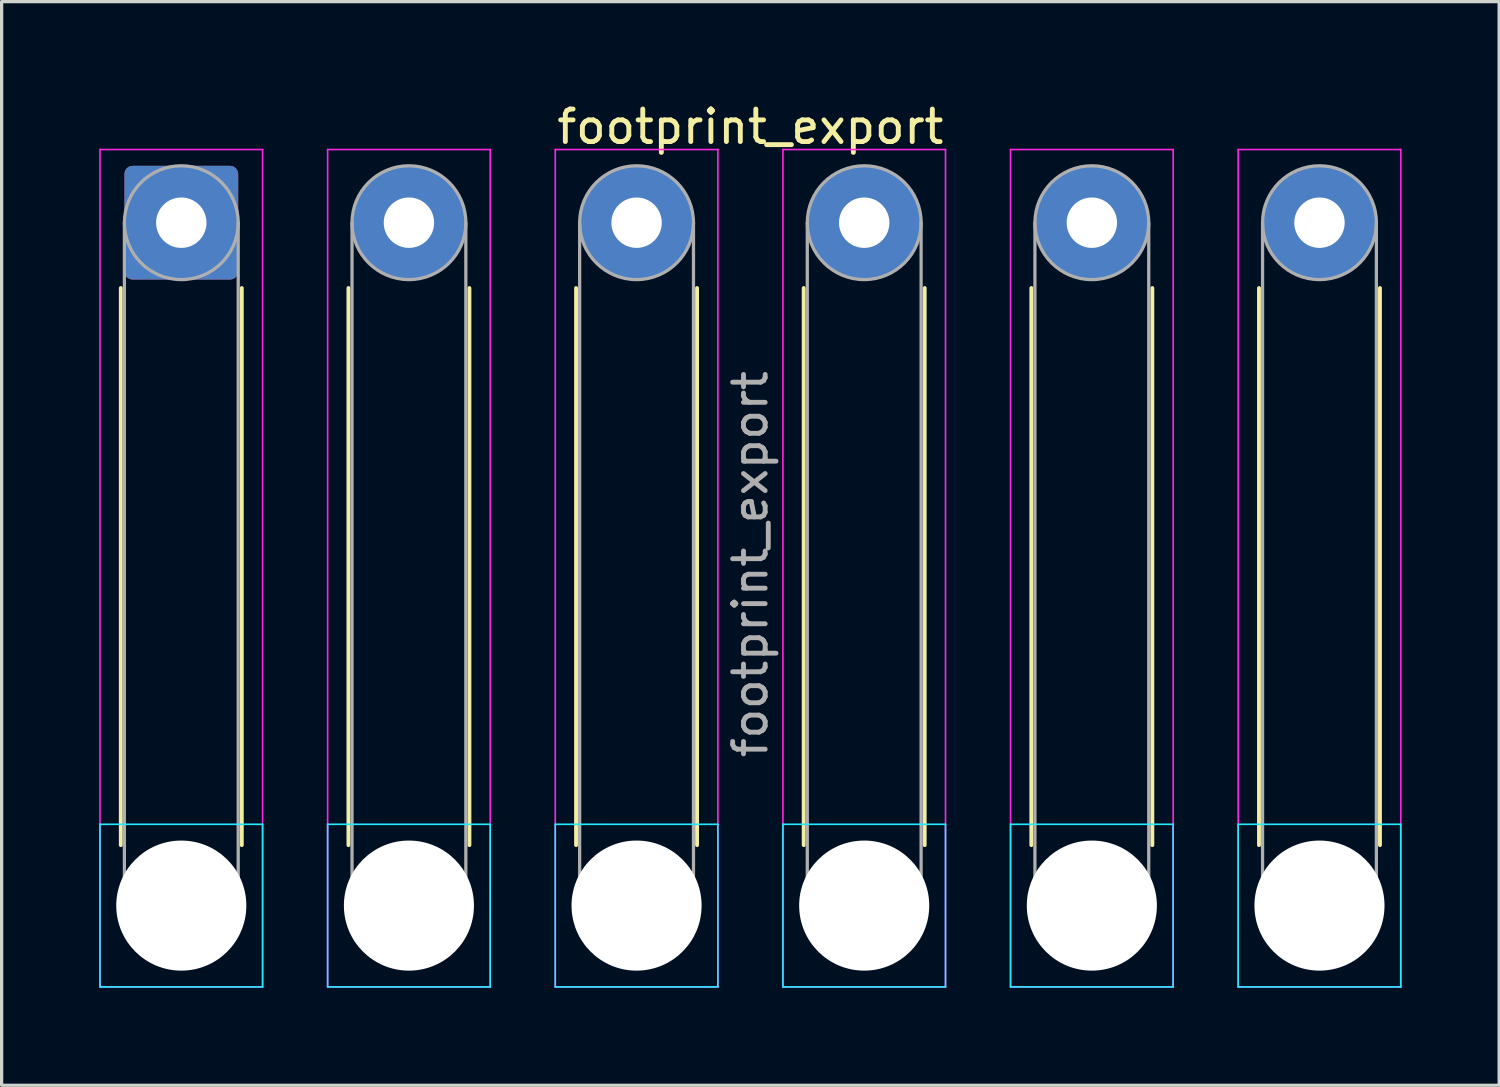
<source format=kicad_pcb>
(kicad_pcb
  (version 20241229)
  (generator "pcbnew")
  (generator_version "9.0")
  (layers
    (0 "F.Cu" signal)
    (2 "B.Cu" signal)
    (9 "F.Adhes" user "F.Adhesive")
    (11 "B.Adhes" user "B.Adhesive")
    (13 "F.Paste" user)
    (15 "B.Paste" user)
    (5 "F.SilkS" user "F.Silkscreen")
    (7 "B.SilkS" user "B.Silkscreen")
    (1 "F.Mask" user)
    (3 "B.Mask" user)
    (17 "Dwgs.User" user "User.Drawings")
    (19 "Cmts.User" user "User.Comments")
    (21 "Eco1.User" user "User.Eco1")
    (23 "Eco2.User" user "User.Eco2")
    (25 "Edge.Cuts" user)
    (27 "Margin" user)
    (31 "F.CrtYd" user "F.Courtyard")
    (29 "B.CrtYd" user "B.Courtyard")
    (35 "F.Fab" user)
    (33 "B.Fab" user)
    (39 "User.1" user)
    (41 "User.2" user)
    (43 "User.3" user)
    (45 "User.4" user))
  (footprint "footprint_export"
    (layer "F.Cu")
    (at 2.525 3.798)
    (property "Reference" "footprint_export" (at 17.5 -2.95 0) (layer "F.SilkS") (effects (font (size 1 1) (thickness 0.15))))
    (attr exclude_from_pos_files exclude_from_bom)
    (fp_line (start -1.86 2.01) (end -1.86 19.14) (stroke (width 0.12) (type solid)) (layer "F.SilkS"))
    (fp_line (start 1.86 2.01) (end 1.86 19.14) (stroke (width 0.12) (type solid)) (layer "F.SilkS"))
    (fp_line (start 5.14 2.01) (end 5.14 19.14) (stroke (width 0.12) (type solid)) (layer "F.SilkS"))
    (fp_line (start 8.86 2.01) (end 8.86 19.14) (stroke (width 0.12) (type solid)) (layer "F.SilkS"))
    (fp_line (start 12.14 2.01) (end 12.14 19.14) (stroke (width 0.12) (type solid)) (layer "F.SilkS"))
    (fp_line (start 15.86 2.01) (end 15.86 19.14) (stroke (width 0.12) (type solid)) (layer "F.SilkS"))
    (fp_line (start 19.14 2.01) (end 19.14 19.14) (stroke (width 0.12) (type solid)) (layer "F.SilkS"))
    (fp_line (start 22.86 2.01) (end 22.86 19.14) (stroke (width 0.12) (type solid)) (layer "F.SilkS"))
    (fp_line (start 26.14 2.01) (end 26.14 19.14) (stroke (width 0.12) (type solid)) (layer "F.SilkS"))
    (fp_line (start 29.86 2.01) (end 29.86 19.14) (stroke (width 0.12) (type solid)) (layer "F.SilkS"))
    (fp_line (start 33.14 2.01) (end 33.14 19.14) (stroke (width 0.12) (type solid)) (layer "F.SilkS"))
    (fp_line (start 36.86 2.01) (end 36.86 19.14) (stroke (width 0.12) (type solid)) (layer "F.SilkS"))
    (fp_line (start -2.5 18.5) (end -2.5 23.5) (stroke (width 0.05) (type solid)) (layer "B.CrtYd"))
    (fp_line (start -2.5 23.5) (end 2.5 23.5) (stroke (width 0.05) (type solid)) (layer "B.CrtYd"))
    (fp_line (start 2.5 18.5) (end -2.5 18.5) (stroke (width 0.05) (type solid)) (layer "B.CrtYd"))
    (fp_line (start 2.5 23.5) (end 2.5 18.5) (stroke (width 0.05) (type solid)) (layer "B.CrtYd"))
    (fp_line (start 4.5 18.5) (end 4.5 23.5) (stroke (width 0.05) (type solid)) (layer "B.CrtYd"))
    (fp_line (start 4.5 23.5) (end 9.5 23.5) (stroke (width 0.05) (type solid)) (layer "B.CrtYd"))
    (fp_line (start 9.5 18.5) (end 4.5 18.5) (stroke (width 0.05) (type solid)) (layer "B.CrtYd"))
    (fp_line (start 9.5 23.5) (end 9.5 18.5) (stroke (width 0.05) (type solid)) (layer "B.CrtYd"))
    (fp_line (start 11.5 18.5) (end 11.5 23.5) (stroke (width 0.05) (type solid)) (layer "B.CrtYd"))
    (fp_line (start 11.5 23.5) (end 16.5 23.5) (stroke (width 0.05) (type solid)) (layer "B.CrtYd"))
    (fp_line (start 16.5 18.5) (end 11.5 18.5) (stroke (width 0.05) (type solid)) (layer "B.CrtYd"))
    (fp_line (start 16.5 23.5) (end 16.5 18.5) (stroke (width 0.05) (type solid)) (layer "B.CrtYd"))
    (fp_line (start 18.5 18.5) (end 18.5 23.5) (stroke (width 0.05) (type solid)) (layer "B.CrtYd"))
    (fp_line (start 18.5 23.5) (end 23.5 23.5) (stroke (width 0.05) (type solid)) (layer "B.CrtYd"))
    (fp_line (start 23.5 18.5) (end 18.5 18.5) (stroke (width 0.05) (type solid)) (layer "B.CrtYd"))
    (fp_line (start 23.5 23.5) (end 23.5 18.5) (stroke (width 0.05) (type solid)) (layer "B.CrtYd"))
    (fp_line (start 25.5 18.5) (end 25.5 23.5) (stroke (width 0.05) (type solid)) (layer "B.CrtYd"))
    (fp_line (start 25.5 23.5) (end 30.5 23.5) (stroke (width 0.05) (type solid)) (layer "B.CrtYd"))
    (fp_line (start 30.5 18.5) (end 25.5 18.5) (stroke (width 0.05) (type solid)) (layer "B.CrtYd"))
    (fp_line (start 30.5 23.5) (end 30.5 18.5) (stroke (width 0.05) (type solid)) (layer "B.CrtYd"))
    (fp_line (start 32.5 18.5) (end 32.5 23.5) (stroke (width 0.05) (type solid)) (layer "B.CrtYd"))
    (fp_line (start 32.5 23.5) (end 37.5 23.5) (stroke (width 0.05) (type solid)) (layer "B.CrtYd"))
    (fp_line (start 37.5 18.5) (end 32.5 18.5) (stroke (width 0.05) (type solid)) (layer "B.CrtYd"))
    (fp_line (start 37.5 23.5) (end 37.5 18.5) (stroke (width 0.05) (type solid)) (layer "B.CrtYd"))
    (fp_line (start -2.5 -2.25) (end -2.5 23.5) (stroke (width 0.05) (type solid)) (layer "F.CrtYd"))
    (fp_line (start -2.5 23.5) (end 2.5 23.5) (stroke (width 0.05) (type solid)) (layer "F.CrtYd"))
    (fp_line (start 2.5 -2.25) (end -2.5 -2.25) (stroke (width 0.05) (type solid)) (layer "F.CrtYd"))
    (fp_line (start 2.5 23.5) (end 2.5 -2.25) (stroke (width 0.05) (type solid)) (layer "F.CrtYd"))
    (fp_line (start 4.5 -2.25) (end 4.5 23.5) (stroke (width 0.05) (type solid)) (layer "F.CrtYd"))
    (fp_line (start 4.5 23.5) (end 9.5 23.5) (stroke (width 0.05) (type solid)) (layer "F.CrtYd"))
    (fp_line (start 9.5 -2.25) (end 4.5 -2.25) (stroke (width 0.05) (type solid)) (layer "F.CrtYd"))
    (fp_line (start 9.5 23.5) (end 9.5 -2.25) (stroke (width 0.05) (type solid)) (layer "F.CrtYd"))
    (fp_line (start 11.5 -2.25) (end 11.5 23.5) (stroke (width 0.05) (type solid)) (layer "F.CrtYd"))
    (fp_line (start 11.5 23.5) (end 16.5 23.5) (stroke (width 0.05) (type solid)) (layer "F.CrtYd"))
    (fp_line (start 16.5 -2.25) (end 11.5 -2.25) (stroke (width 0.05) (type solid)) (layer "F.CrtYd"))
    (fp_line (start 16.5 23.5) (end 16.5 -2.25) (stroke (width 0.05) (type solid)) (layer "F.CrtYd"))
    (fp_line (start 18.5 -2.25) (end 18.5 23.5) (stroke (width 0.05) (type solid)) (layer "F.CrtYd"))
    (fp_line (start 18.5 23.5) (end 23.5 23.5) (stroke (width 0.05) (type solid)) (layer "F.CrtYd"))
    (fp_line (start 23.5 -2.25) (end 18.5 -2.25) (stroke (width 0.05) (type solid)) (layer "F.CrtYd"))
    (fp_line (start 23.5 23.5) (end 23.5 -2.25) (stroke (width 0.05) (type solid)) (layer "F.CrtYd"))
    (fp_line (start 25.5 -2.25) (end 25.5 23.5) (stroke (width 0.05) (type solid)) (layer "F.CrtYd"))
    (fp_line (start 25.5 23.5) (end 30.5 23.5) (stroke (width 0.05) (type solid)) (layer "F.CrtYd"))
    (fp_line (start 30.5 -2.25) (end 25.5 -2.25) (stroke (width 0.05) (type solid)) (layer "F.CrtYd"))
    (fp_line (start 30.5 23.5) (end 30.5 -2.25) (stroke (width 0.05) (type solid)) (layer "F.CrtYd"))
    (fp_line (start 32.5 -2.25) (end 32.5 23.5) (stroke (width 0.05) (type solid)) (layer "F.CrtYd"))
    (fp_line (start 32.5 23.5) (end 37.5 23.5) (stroke (width 0.05) (type solid)) (layer "F.CrtYd"))
    (fp_line (start 37.5 -2.25) (end 32.5 -2.25) (stroke (width 0.05) (type solid)) (layer "F.CrtYd"))
    (fp_line (start 37.5 23.5) (end 37.5 -2.25) (stroke (width 0.05) (type solid)) (layer "F.CrtYd"))
    (fp_line (start -1.75 0) (end -1.75 21) (stroke (width 0.1) (type solid)) (layer "F.Fab"))
    (fp_line (start 1.75 0) (end 1.75 21) (stroke (width 0.1) (type solid)) (layer "F.Fab"))
    (fp_line (start 5.25 0) (end 5.25 21) (stroke (width 0.1) (type solid)) (layer "F.Fab"))
    (fp_line (start 8.75 0) (end 8.75 21) (stroke (width 0.1) (type solid)) (layer "F.Fab"))
    (fp_line (start 12.25 0) (end 12.25 21) (stroke (width 0.1) (type solid)) (layer "F.Fab"))
    (fp_line (start 15.75 0) (end 15.75 21) (stroke (width 0.1) (type solid)) (layer "F.Fab"))
    (fp_line (start 19.25 0) (end 19.25 21) (stroke (width 0.1) (type solid)) (layer "F.Fab"))
    (fp_line (start 22.75 0) (end 22.75 21) (stroke (width 0.1) (type solid)) (layer "F.Fab"))
    (fp_line (start 26.25 0) (end 26.25 21) (stroke (width 0.1) (type solid)) (layer "F.Fab"))
    (fp_line (start 29.75 0) (end 29.75 21) (stroke (width 0.1) (type solid)) (layer "F.Fab"))
    (fp_line (start 33.25 0) (end 33.25 21) (stroke (width 0.1) (type solid)) (layer "F.Fab"))
    (fp_line (start 36.75 0) (end 36.75 21) (stroke (width 0.1) (type solid)) (layer "F.Fab"))
    (fp_circle (center 0 0) (end 1.75 0) (stroke (width 0.1) (type solid)) (fill no) (layer "F.Fab"))
    (fp_circle (center 0 21) (end 1.75 21) (stroke (width 0.1) (type solid)) (fill no) (layer "F.Fab"))
    (fp_circle (center 7 0) (end 8.75 0) (stroke (width 0.1) (type solid)) (fill no) (layer "F.Fab"))
    (fp_circle (center 7 21) (end 8.75 21) (stroke (width 0.1) (type solid)) (fill no) (layer "F.Fab"))
    (fp_circle (center 14 0) (end 15.75 0) (stroke (width 0.1) (type solid)) (fill no) (layer "F.Fab"))
    (fp_circle (center 14 21) (end 15.75 21) (stroke (width 0.1) (type solid)) (fill no) (layer "F.Fab"))
    (fp_circle (center 21 0) (end 22.75 0) (stroke (width 0.1) (type solid)) (fill no) (layer "F.Fab"))
    (fp_circle (center 21 21) (end 22.75 21) (stroke (width 0.1) (type solid)) (fill no) (layer "F.Fab"))
    (fp_circle (center 28 0) (end 29.75 0) (stroke (width 0.1) (type solid)) (fill no) (layer "F.Fab"))
    (fp_circle (center 28 21) (end 29.75 21) (stroke (width 0.1) (type solid)) (fill no) (layer "F.Fab"))
    (fp_circle (center 35 0) (end 36.75 0) (stroke (width 0.1) (type solid)) (fill no) (layer "F.Fab"))
    (fp_circle (center 35 21) (end 36.75 21) (stroke (width 0.1) (type solid)) (fill no) (layer "F.Fab"))
    (fp_text user "${REFERENCE}" (at 17.5 10.5 90) (layer "F.Fab") (effects (font (size 1 1) (thickness 0.15))))
    (pad "" np_thru_hole circle (at 0 21) (size 4 4) (drill 4) (layers "*.Cu" "*.Mask"))
    (pad "" np_thru_hole circle (at 7 21) (size 4 4) (drill 4) (layers "*.Cu" "*.Mask"))
    (pad "" np_thru_hole circle (at 14 21) (size 4 4) (drill 4) (layers "*.Cu" "*.Mask"))
    (pad "" np_thru_hole circle (at 21 21) (size 4 4) (drill 4) (layers "*.Cu" "*.Mask"))
    (pad "" np_thru_hole circle (at 28 21) (size 4 4) (drill 4) (layers "*.Cu" "*.Mask"))
    (pad "" np_thru_hole circle (at 35 21) (size 4 4) (drill 4) (layers "*.Cu" "*.Mask"))
    (pad "1" thru_hole roundrect (at 0 0) (size 3.5 3.5) (drill 1.55) (layers "*.Cu" "*.Mask") (roundrect_rratio 0.071))
    (pad "2" thru_hole circle (at 7 0) (size 3.5 3.5) (drill 1.55) (layers "*.Cu" "*.Mask"))
    (pad "3" thru_hole circle (at 14 0) (size 3.5 3.5) (drill 1.55) (layers "*.Cu" "*.Mask"))
    (pad "4" thru_hole circle (at 21 0) (size 3.5 3.5) (drill 1.55) (layers "*.Cu" "*.Mask"))
    (pad "5" thru_hole circle (at 28 0) (size 3.5 3.5) (drill 1.55) (layers "*.Cu" "*.Mask"))
    (pad "6" thru_hole circle (at 35 0) (size 3.5 3.5) (drill 1.55) (layers "*.Cu" "*.Mask")))
  (gr_rect
    (start -3 -3)
    (end 43.05 30.323)
    (stroke (width 0.1) (type default))
    (fill no)
    (layer "Edge.Cuts")))
</source>
